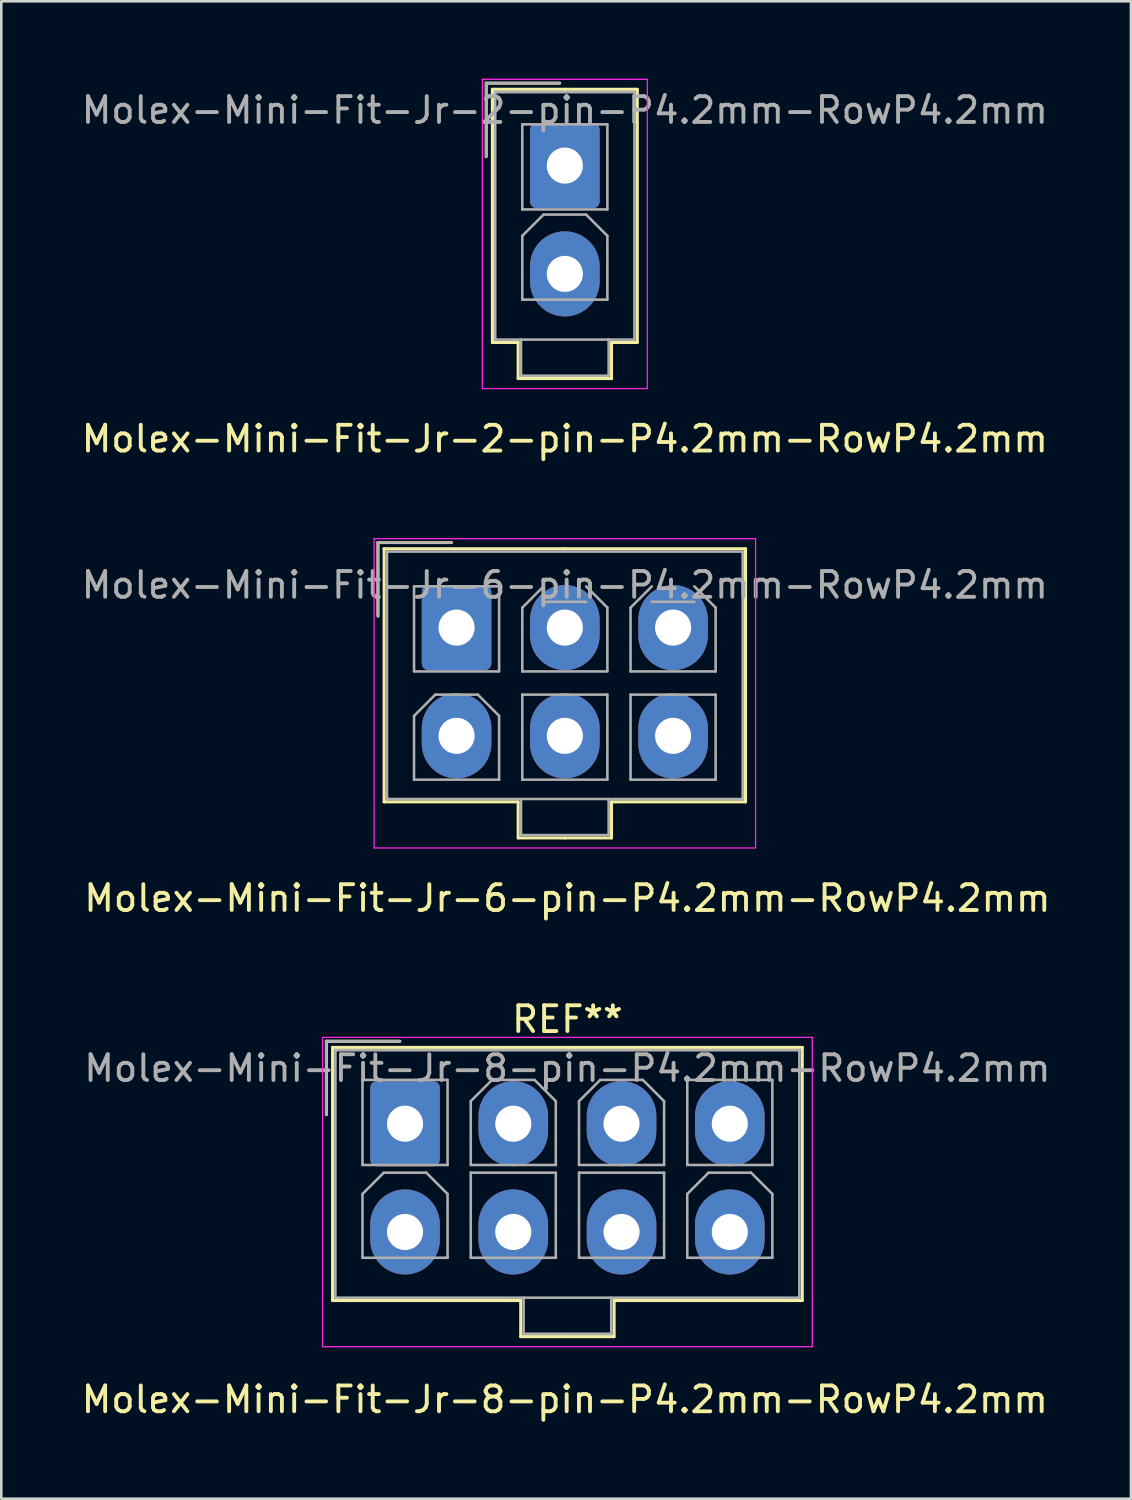
<source format=kicad_pcb>
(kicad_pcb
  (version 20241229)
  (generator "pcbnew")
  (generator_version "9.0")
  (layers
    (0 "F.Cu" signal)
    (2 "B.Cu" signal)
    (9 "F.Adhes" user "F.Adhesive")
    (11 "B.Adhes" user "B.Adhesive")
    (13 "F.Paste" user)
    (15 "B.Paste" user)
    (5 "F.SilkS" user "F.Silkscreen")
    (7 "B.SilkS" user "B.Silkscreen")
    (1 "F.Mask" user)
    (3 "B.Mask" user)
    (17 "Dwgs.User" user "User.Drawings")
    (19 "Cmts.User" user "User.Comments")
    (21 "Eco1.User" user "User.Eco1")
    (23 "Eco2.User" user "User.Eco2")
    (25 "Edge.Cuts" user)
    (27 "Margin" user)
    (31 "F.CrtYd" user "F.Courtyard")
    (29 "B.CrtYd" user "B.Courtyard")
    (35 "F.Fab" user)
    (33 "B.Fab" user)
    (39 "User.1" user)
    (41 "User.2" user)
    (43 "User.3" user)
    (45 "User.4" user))
  (footprint "Molex-Mini-Fit-Jr-8-pin-P4.2mm-RowP4.2mm"
    (layer "F.Cu")
    (at 18.863 50.745)
    (property "Reference" "Molex-Mini-Fit-Jr-8-pin-P4.2mm-RowP4.2mm" (at 0 0.5 0) (layer "F.SilkS") (effects (font (size 1 1) (thickness 0.15))))
    (attr through_hole)
    (fp_line (start -9.25 -13.4) (end -9.25 -10.55) (stroke (width 0.12) (type solid)) (layer "F.SilkS"))
    (fp_line (start -9.01 -13.16) (end -9.01 -3.34) (stroke (width 0.12) (type solid)) (layer "F.SilkS"))
    (fp_line (start -9.01 -3.34) (end -1.71 -3.34) (stroke (width 0.12) (type solid)) (layer "F.SilkS"))
    (fp_line (start -6.4 -13.4) (end -9.25 -13.4) (stroke (width 0.12) (type solid)) (layer "F.SilkS"))
    (fp_line (start -1.71 -3.34) (end -1.71 -1.94) (stroke (width 0.12) (type solid)) (layer "F.SilkS"))
    (fp_line (start -1.71 -1.94) (end 0.1 -1.94) (stroke (width 0.12) (type solid)) (layer "F.SilkS"))
    (fp_line (start 0.1 -13.16) (end -9.01 -13.16) (stroke (width 0.12) (type solid)) (layer "F.SilkS"))
    (fp_line (start 0.1 -13.16) (end 9.21 -13.16) (stroke (width 0.12) (type solid)) (layer "F.SilkS"))
    (fp_line (start 1.91 -3.34) (end 1.91 -1.94) (stroke (width 0.12) (type solid)) (layer "F.SilkS"))
    (fp_line (start 1.91 -1.94) (end 0.1 -1.94) (stroke (width 0.12) (type solid)) (layer "F.SilkS"))
    (fp_line (start 9.21 -13.16) (end 9.21 -3.34) (stroke (width 0.12) (type solid)) (layer "F.SilkS"))
    (fp_line (start 9.21 -3.34) (end 1.91 -3.34) (stroke (width 0.12) (type solid)) (layer "F.SilkS"))
    (fp_line (start -9.4 -13.55) (end -9.4 -1.55) (stroke (width 0.05) (type solid)) (layer "F.CrtYd"))
    (fp_line (start -9.4 -1.55) (end 9.6 -1.55) (stroke (width 0.05) (type solid)) (layer "F.CrtYd"))
    (fp_line (start 9.6 -13.55) (end -9.4 -13.55) (stroke (width 0.05) (type solid)) (layer "F.CrtYd"))
    (fp_line (start 9.6 -1.55) (end 9.6 -13.55) (stroke (width 0.05) (type solid)) (layer "F.CrtYd"))
    (fp_line (start -9.25 -13.4) (end -9.25 -10.55) (stroke (width 0.1) (type solid)) (layer "F.Fab"))
    (fp_line (start -8.9 -13.05) (end -8.9 -3.45) (stroke (width 0.1) (type solid)) (layer "F.Fab"))
    (fp_line (start -8.9 -3.45) (end 9.1 -3.45) (stroke (width 0.1) (type solid)) (layer "F.Fab"))
    (fp_line (start -7.85 -11.9) (end -7.85 -8.6) (stroke (width 0.1) (type solid)) (layer "F.Fab"))
    (fp_line (start -7.85 -8.6) (end -4.55 -8.6) (stroke (width 0.1) (type solid)) (layer "F.Fab"))
    (fp_line (start -7.85 -7.475) (end -7.025 -8.3) (stroke (width 0.1) (type solid)) (layer "F.Fab"))
    (fp_line (start -7.85 -5) (end -7.85 -7.475) (stroke (width 0.1) (type solid)) (layer "F.Fab"))
    (fp_line (start -7.025 -8.3) (end -5.375 -8.3) (stroke (width 0.1) (type solid)) (layer "F.Fab"))
    (fp_line (start -6.4 -13.4) (end -9.25 -13.4) (stroke (width 0.1) (type solid)) (layer "F.Fab"))
    (fp_line (start -5.375 -8.3) (end -4.55 -7.475) (stroke (width 0.1) (type solid)) (layer "F.Fab"))
    (fp_line (start -4.55 -11.9) (end -7.85 -11.9) (stroke (width 0.1) (type solid)) (layer "F.Fab"))
    (fp_line (start -4.55 -8.6) (end -4.55 -11.9) (stroke (width 0.1) (type solid)) (layer "F.Fab"))
    (fp_line (start -4.55 -7.475) (end -4.55 -5) (stroke (width 0.1) (type solid)) (layer "F.Fab"))
    (fp_line (start -4.55 -5) (end -7.85 -5) (stroke (width 0.1) (type solid)) (layer "F.Fab"))
    (fp_line (start -3.65 -11.075) (end -2.825 -11.9) (stroke (width 0.1) (type solid)) (layer "F.Fab"))
    (fp_line (start -3.65 -8.6) (end -3.65 -11.075) (stroke (width 0.1) (type solid)) (layer "F.Fab"))
    (fp_line (start -3.65 -8.3) (end -3.65 -5) (stroke (width 0.1) (type solid)) (layer "F.Fab"))
    (fp_line (start -3.65 -5) (end -0.35 -5) (stroke (width 0.1) (type solid)) (layer "F.Fab"))
    (fp_line (start -2.825 -11.9) (end -1.175 -11.9) (stroke (width 0.1) (type solid)) (layer "F.Fab"))
    (fp_line (start -1.6 -3.45) (end -1.6 -2.05) (stroke (width 0.1) (type solid)) (layer "F.Fab"))
    (fp_line (start -1.6 -2.05) (end 1.8 -2.05) (stroke (width 0.1) (type solid)) (layer "F.Fab"))
    (fp_line (start -1.175 -11.9) (end -0.35 -11.075) (stroke (width 0.1) (type solid)) (layer "F.Fab"))
    (fp_line (start -0.35 -11.075) (end -0.35 -8.6) (stroke (width 0.1) (type solid)) (layer "F.Fab"))
    (fp_line (start -0.35 -8.6) (end -3.65 -8.6) (stroke (width 0.1) (type solid)) (layer "F.Fab"))
    (fp_line (start -0.35 -8.3) (end -3.65 -8.3) (stroke (width 0.1) (type solid)) (layer "F.Fab"))
    (fp_line (start -0.35 -5) (end -0.35 -8.3) (stroke (width 0.1) (type solid)) (layer "F.Fab"))
    (fp_line (start 0.55 -11.075) (end 1.375 -11.9) (stroke (width 0.1) (type solid)) (layer "F.Fab"))
    (fp_line (start 0.55 -8.6) (end 0.55 -11.075) (stroke (width 0.1) (type solid)) (layer "F.Fab"))
    (fp_line (start 0.55 -8.3) (end 0.55 -5) (stroke (width 0.1) (type solid)) (layer "F.Fab"))
    (fp_line (start 0.55 -5) (end 3.85 -5) (stroke (width 0.1) (type solid)) (layer "F.Fab"))
    (fp_line (start 1.375 -11.9) (end 3.025 -11.9) (stroke (width 0.1) (type solid)) (layer "F.Fab"))
    (fp_line (start 1.8 -2.05) (end 1.8 -3.45) (stroke (width 0.1) (type solid)) (layer "F.Fab"))
    (fp_line (start 3.025 -11.9) (end 3.85 -11.075) (stroke (width 0.1) (type solid)) (layer "F.Fab"))
    (fp_line (start 3.85 -11.075) (end 3.85 -8.6) (stroke (width 0.1) (type solid)) (layer "F.Fab"))
    (fp_line (start 3.85 -8.6) (end 0.55 -8.6) (stroke (width 0.1) (type solid)) (layer "F.Fab"))
    (fp_line (start 3.85 -8.3) (end 0.55 -8.3) (stroke (width 0.1) (type solid)) (layer "F.Fab"))
    (fp_line (start 3.85 -5) (end 3.85 -8.3) (stroke (width 0.1) (type solid)) (layer "F.Fab"))
    (fp_line (start 4.75 -11.9) (end 4.75 -8.6) (stroke (width 0.1) (type solid)) (layer "F.Fab"))
    (fp_line (start 4.75 -8.6) (end 8.05 -8.6) (stroke (width 0.1) (type solid)) (layer "F.Fab"))
    (fp_line (start 4.75 -7.475) (end 5.575 -8.3) (stroke (width 0.1) (type solid)) (layer "F.Fab"))
    (fp_line (start 4.75 -5) (end 4.75 -7.475) (stroke (width 0.1) (type solid)) (layer "F.Fab"))
    (fp_line (start 5.575 -8.3) (end 7.225 -8.3) (stroke (width 0.1) (type solid)) (layer "F.Fab"))
    (fp_line (start 7.225 -8.3) (end 8.05 -7.475) (stroke (width 0.1) (type solid)) (layer "F.Fab"))
    (fp_line (start 8.05 -11.9) (end 4.75 -11.9) (stroke (width 0.1) (type solid)) (layer "F.Fab"))
    (fp_line (start 8.05 -8.6) (end 8.05 -11.9) (stroke (width 0.1) (type solid)) (layer "F.Fab"))
    (fp_line (start 8.05 -7.475) (end 8.05 -5) (stroke (width 0.1) (type solid)) (layer "F.Fab"))
    (fp_line (start 8.05 -5) (end 4.75 -5) (stroke (width 0.1) (type solid)) (layer "F.Fab"))
    (fp_line (start 9.1 -13.05) (end -8.9 -13.05) (stroke (width 0.1) (type solid)) (layer "F.Fab"))
    (fp_line (start 9.1 -3.45) (end 9.1 -13.05) (stroke (width 0.1) (type solid)) (layer "F.Fab"))
    (fp_text user "REF**" (at 0.1 -14.25 0) (layer "F.SilkS") (effects (font (size 1 1) (thickness 0.15))))
    (fp_text user "${REFERENCE}" (at 0.1 -12.35 0) (layer "F.Fab") (effects (font (size 1 1) (thickness 0.15))))
    (pad "1" thru_hole roundrect (at -6.2 -10.2) (size 2.7 3.3) (drill 1.4) (layers "*.Cu" "*.Mask") (roundrect_rratio 0.093))
    (pad "2" thru_hole oval (at -2 -10.2) (size 2.7 3.3) (drill 1.4) (layers "*.Cu" "*.Mask"))
    (pad "3" thru_hole oval (at 2.2 -10.2) (size 2.7 3.3) (drill 1.4) (layers "*.Cu" "*.Mask"))
    (pad "4" thru_hole oval (at 6.4 -10.2) (size 2.7 3.3) (drill 1.4) (layers "*.Cu" "*.Mask"))
    (pad "5" thru_hole oval (at -6.2 -6) (size 2.7 3.3) (drill 1.4) (layers "*.Cu" "*.Mask"))
    (pad "6" thru_hole oval (at -2 -6) (size 2.7 3.3) (drill 1.4) (layers "*.Cu" "*.Mask"))
    (pad "7" thru_hole oval (at 2.2 -6) (size 2.7 3.3) (drill 1.4) (layers "*.Cu" "*.Mask"))
    (pad "8" thru_hole oval (at 6.4 -6) (size 2.7 3.3) (drill 1.4) (layers "*.Cu" "*.Mask")))
  (footprint "Molex-Mini-Fit-Jr-2-pin-P4.2mm-RowP4.2mm"
    (layer "F.Cu")
    (at 18.863 13.475)
    (property "Reference" "Molex-Mini-Fit-Jr-2-pin-P4.2mm-RowP4.2mm" (at 0 0.5 0) (layer "F.SilkS") (effects (font (size 1 1) (thickness 0.15))))
    (attr through_hole)
    (fp_line (start -3.05 -13.3) (end -3.05 -10.45) (stroke (width 0.12) (type solid)) (layer "F.SilkS"))
    (fp_line (start -2.81 -13.06) (end -2.81 -3.24) (stroke (width 0.12) (type solid)) (layer "F.SilkS"))
    (fp_line (start -2.81 -3.24) (end -1.81 -3.24) (stroke (width 0.12) (type solid)) (layer "F.SilkS"))
    (fp_line (start -1.81 -3.24) (end -1.81 -1.84) (stroke (width 0.12) (type solid)) (layer "F.SilkS"))
    (fp_line (start -1.81 -1.84) (end 0 -1.84) (stroke (width 0.12) (type solid)) (layer "F.SilkS"))
    (fp_line (start -0.2 -13.3) (end -3.05 -13.3) (stroke (width 0.12) (type solid)) (layer "F.SilkS"))
    (fp_line (start 0 -13.06) (end -2.81 -13.06) (stroke (width 0.12) (type solid)) (layer "F.SilkS"))
    (fp_line (start 0 -13.06) (end 2.81 -13.06) (stroke (width 0.12) (type solid)) (layer "F.SilkS"))
    (fp_line (start 1.81 -3.24) (end 1.81 -1.84) (stroke (width 0.12) (type solid)) (layer "F.SilkS"))
    (fp_line (start 1.81 -1.84) (end 0 -1.84) (stroke (width 0.12) (type solid)) (layer "F.SilkS"))
    (fp_line (start 2.81 -13.06) (end 2.81 -3.24) (stroke (width 0.12) (type solid)) (layer "F.SilkS"))
    (fp_line (start 2.81 -3.24) (end 1.81 -3.24) (stroke (width 0.12) (type solid)) (layer "F.SilkS"))
    (fp_line (start -3.2 -13.45) (end -3.2 -1.45) (stroke (width 0.05) (type solid)) (layer "F.CrtYd"))
    (fp_line (start -3.2 -1.45) (end 3.2 -1.45) (stroke (width 0.05) (type solid)) (layer "F.CrtYd"))
    (fp_line (start 3.2 -13.45) (end -3.2 -13.45) (stroke (width 0.05) (type solid)) (layer "F.CrtYd"))
    (fp_line (start 3.2 -1.45) (end 3.2 -13.45) (stroke (width 0.05) (type solid)) (layer "F.CrtYd"))
    (fp_line (start -3.05 -13.3) (end -3.05 -10.45) (stroke (width 0.1) (type solid)) (layer "F.Fab"))
    (fp_line (start -2.7 -12.95) (end -2.7 -3.35) (stroke (width 0.1) (type solid)) (layer "F.Fab"))
    (fp_line (start -2.7 -3.35) (end 2.7 -3.35) (stroke (width 0.1) (type solid)) (layer "F.Fab"))
    (fp_line (start -1.7 -3.35) (end -1.7 -1.95) (stroke (width 0.1) (type solid)) (layer "F.Fab"))
    (fp_line (start -1.7 -1.95) (end 1.7 -1.95) (stroke (width 0.1) (type solid)) (layer "F.Fab"))
    (fp_line (start -1.65 -11.7) (end -1.65 -8.4) (stroke (width 0.1) (type solid)) (layer "F.Fab"))
    (fp_line (start -1.65 -8.4) (end 1.65 -8.4) (stroke (width 0.1) (type solid)) (layer "F.Fab"))
    (fp_line (start -1.65 -7.375) (end -0.825 -8.2) (stroke (width 0.1) (type solid)) (layer "F.Fab"))
    (fp_line (start -1.65 -4.9) (end -1.65 -7.375) (stroke (width 0.1) (type solid)) (layer "F.Fab"))
    (fp_line (start -0.825 -8.2) (end 0.825 -8.2) (stroke (width 0.1) (type solid)) (layer "F.Fab"))
    (fp_line (start -0.2 -13.3) (end -3.05 -13.3) (stroke (width 0.1) (type solid)) (layer "F.Fab"))
    (fp_line (start 0.825 -8.2) (end 1.65 -7.375) (stroke (width 0.1) (type solid)) (layer "F.Fab"))
    (fp_line (start 1.65 -11.7) (end -1.65 -11.7) (stroke (width 0.1) (type solid)) (layer "F.Fab"))
    (fp_line (start 1.65 -8.4) (end 1.65 -11.7) (stroke (width 0.1) (type solid)) (layer "F.Fab"))
    (fp_line (start 1.65 -7.375) (end 1.65 -4.9) (stroke (width 0.1) (type solid)) (layer "F.Fab"))
    (fp_line (start 1.65 -4.9) (end -1.65 -4.9) (stroke (width 0.1) (type solid)) (layer "F.Fab"))
    (fp_line (start 1.7 -1.95) (end 1.7 -3.35) (stroke (width 0.1) (type solid)) (layer "F.Fab"))
    (fp_line (start 2.7 -12.95) (end -2.7 -12.95) (stroke (width 0.1) (type solid)) (layer "F.Fab"))
    (fp_line (start 2.7 -3.35) (end 2.7 -12.95) (stroke (width 0.1) (type solid)) (layer "F.Fab"))
    (fp_text user "${REFERENCE}" (at 0 -12.25 0) (layer "F.Fab") (effects (font (size 1 1) (thickness 0.15))))
    (pad "1" thru_hole roundrect (at 0 -10.1) (size 2.7 3.3) (drill 1.4) (layers "*.Cu" "*.Mask") (roundrect_rratio 0.093))
    (pad "2" thru_hole oval (at 0 -5.9) (size 2.7 3.3) (drill 1.4) (layers "*.Cu" "*.Mask")))
  (footprint "Molex-Mini-Fit-Jr-6-pin-P4.2mm-RowP4.2mm"
    (layer "F.Cu")
    (at 18.963 31.298)
    (property "Reference" "Molex-Mini-Fit-Jr-6-pin-P4.2mm-RowP4.2mm" (at 0 0.5 0) (layer "F.SilkS") (effects (font (size 1 1) (thickness 0.15))))
    (attr through_hole)
    (fp_line (start -7.35 -13.3) (end -7.35 -10.45) (stroke (width 0.12) (type solid)) (layer "F.SilkS"))
    (fp_line (start -7.11 -13.06) (end -7.11 -3.24) (stroke (width 0.12) (type solid)) (layer "F.SilkS"))
    (fp_line (start -7.11 -3.24) (end -1.91 -3.24) (stroke (width 0.12) (type solid)) (layer "F.SilkS"))
    (fp_line (start -4.5 -13.3) (end -7.35 -13.3) (stroke (width 0.12) (type solid)) (layer "F.SilkS"))
    (fp_line (start -1.91 -3.24) (end -1.91 -1.84) (stroke (width 0.12) (type solid)) (layer "F.SilkS"))
    (fp_line (start -1.91 -1.84) (end -0.1 -1.84) (stroke (width 0.12) (type solid)) (layer "F.SilkS"))
    (fp_line (start -0.1 -13.06) (end -7.11 -13.06) (stroke (width 0.12) (type solid)) (layer "F.SilkS"))
    (fp_line (start -0.1 -13.06) (end 6.91 -13.06) (stroke (width 0.12) (type solid)) (layer "F.SilkS"))
    (fp_line (start 1.71 -3.24) (end 1.71 -1.84) (stroke (width 0.12) (type solid)) (layer "F.SilkS"))
    (fp_line (start 1.71 -1.84) (end -0.1 -1.84) (stroke (width 0.12) (type solid)) (layer "F.SilkS"))
    (fp_line (start 6.91 -13.06) (end 6.91 -3.24) (stroke (width 0.12) (type solid)) (layer "F.SilkS"))
    (fp_line (start 6.91 -3.24) (end 1.71 -3.24) (stroke (width 0.12) (type solid)) (layer "F.SilkS"))
    (fp_line (start -7.5 -13.45) (end -7.5 -1.45) (stroke (width 0.05) (type solid)) (layer "F.CrtYd"))
    (fp_line (start -7.5 -1.45) (end 7.3 -1.45) (stroke (width 0.05) (type solid)) (layer "F.CrtYd"))
    (fp_line (start 7.3 -13.45) (end -7.5 -13.45) (stroke (width 0.05) (type solid)) (layer "F.CrtYd"))
    (fp_line (start 7.3 -1.45) (end 7.3 -13.45) (stroke (width 0.05) (type solid)) (layer "F.CrtYd"))
    (fp_line (start -7.35 -13.3) (end -7.35 -10.45) (stroke (width 0.1) (type solid)) (layer "F.Fab"))
    (fp_line (start -7 -12.95) (end -7 -3.35) (stroke (width 0.1) (type solid)) (layer "F.Fab"))
    (fp_line (start -7 -3.35) (end 6.8 -3.35) (stroke (width 0.1) (type solid)) (layer "F.Fab"))
    (fp_line (start -5.95 -11.6) (end -5.95 -8.3) (stroke (width 0.1) (type solid)) (layer "F.Fab"))
    (fp_line (start -5.95 -8.3) (end -2.65 -8.3) (stroke (width 0.1) (type solid)) (layer "F.Fab"))
    (fp_line (start -5.95 -6.575) (end -5.125 -7.4) (stroke (width 0.1) (type solid)) (layer "F.Fab"))
    (fp_line (start -5.95 -4.1) (end -5.95 -6.575) (stroke (width 0.1) (type solid)) (layer "F.Fab"))
    (fp_line (start -5.125 -7.4) (end -3.475 -7.4) (stroke (width 0.1) (type solid)) (layer "F.Fab"))
    (fp_line (start -4.5 -13.3) (end -7.35 -13.3) (stroke (width 0.1) (type solid)) (layer "F.Fab"))
    (fp_line (start -3.475 -7.4) (end -2.65 -6.575) (stroke (width 0.1) (type solid)) (layer "F.Fab"))
    (fp_line (start -2.65 -11.6) (end -5.95 -11.6) (stroke (width 0.1) (type solid)) (layer "F.Fab"))
    (fp_line (start -2.65 -8.3) (end -2.65 -11.6) (stroke (width 0.1) (type solid)) (layer "F.Fab"))
    (fp_line (start -2.65 -6.575) (end -2.65 -4.1) (stroke (width 0.1) (type solid)) (layer "F.Fab"))
    (fp_line (start -2.65 -4.1) (end -5.95 -4.1) (stroke (width 0.1) (type solid)) (layer "F.Fab"))
    (fp_line (start -1.8 -3.35) (end -1.8 -1.95) (stroke (width 0.1) (type solid)) (layer "F.Fab"))
    (fp_line (start -1.8 -1.95) (end 1.6 -1.95) (stroke (width 0.1) (type solid)) (layer "F.Fab"))
    (fp_line (start -1.75 -10.775) (end -0.925 -11.6) (stroke (width 0.1) (type solid)) (layer "F.Fab"))
    (fp_line (start -1.75 -8.3) (end -1.75 -10.775) (stroke (width 0.1) (type solid)) (layer "F.Fab"))
    (fp_line (start -1.75 -7.4) (end -1.75 -4.1) (stroke (width 0.1) (type solid)) (layer "F.Fab"))
    (fp_line (start -1.75 -4.1) (end 1.55 -4.1) (stroke (width 0.1) (type solid)) (layer "F.Fab"))
    (fp_line (start -0.925 -11) (end 0.725 -11) (stroke (width 0.1) (type solid)) (layer "F.Fab"))
    (fp_line (start 0.725 -11.6) (end 1.55 -10.775) (stroke (width 0.1) (type solid)) (layer "F.Fab"))
    (fp_line (start 1.55 -10.775) (end 1.55 -8.3) (stroke (width 0.1) (type solid)) (layer "F.Fab"))
    (fp_line (start 1.55 -8.3) (end -1.75 -8.3) (stroke (width 0.1) (type solid)) (layer "F.Fab"))
    (fp_line (start 1.55 -7.4) (end -1.75 -7.4) (stroke (width 0.1) (type solid)) (layer "F.Fab"))
    (fp_line (start 1.55 -4.1) (end 1.55 -7.4) (stroke (width 0.1) (type solid)) (layer "F.Fab"))
    (fp_line (start 1.6 -1.95) (end 1.6 -3.35) (stroke (width 0.1) (type solid)) (layer "F.Fab"))
    (fp_line (start 2.45 -10.775) (end 3.275 -11.6) (stroke (width 0.1) (type solid)) (layer "F.Fab"))
    (fp_line (start 2.45 -8.3) (end 2.45 -10.775) (stroke (width 0.1) (type solid)) (layer "F.Fab"))
    (fp_line (start 2.45 -7.4) (end 2.45 -4.1) (stroke (width 0.1) (type solid)) (layer "F.Fab"))
    (fp_line (start 2.45 -4.1) (end 5.75 -4.1) (stroke (width 0.1) (type solid)) (layer "F.Fab"))
    (fp_line (start 3.275 -11) (end 4.925 -11) (stroke (width 0.1) (type solid)) (layer "F.Fab"))
    (fp_line (start 4.925 -11.6) (end 5.75 -10.775) (stroke (width 0.1) (type solid)) (layer "F.Fab"))
    (fp_line (start 5.75 -10.775) (end 5.75 -8.3) (stroke (width 0.1) (type solid)) (layer "F.Fab"))
    (fp_line (start 5.75 -8.3) (end 2.45 -8.3) (stroke (width 0.1) (type solid)) (layer "F.Fab"))
    (fp_line (start 5.75 -7.4) (end 2.45 -7.4) (stroke (width 0.1) (type solid)) (layer "F.Fab"))
    (fp_line (start 5.75 -4.1) (end 5.75 -7.4) (stroke (width 0.1) (type solid)) (layer "F.Fab"))
    (fp_line (start 6.8 -12.95) (end -7 -12.95) (stroke (width 0.1) (type solid)) (layer "F.Fab"))
    (fp_line (start 6.8 -3.35) (end 6.8 -12.95) (stroke (width 0.1) (type solid)) (layer "F.Fab"))
    (fp_text user "${REFERENCE}" (at -0.1 -11.65 0) (layer "F.Fab") (effects (font (size 1 1) (thickness 0.15))))
    (pad "1" thru_hole roundrect (at -4.3 -10) (size 2.7 3.3) (drill 1.4) (layers "*.Cu" "*.Mask") (roundrect_rratio 0.093))
    (pad "2" thru_hole oval (at -0.1 -10) (size 2.7 3.3) (drill 1.4) (layers "*.Cu" "*.Mask"))
    (pad "3" thru_hole oval (at 4.1 -10) (size 2.7 3.3) (drill 1.4) (layers "*.Cu" "*.Mask"))
    (pad "4" thru_hole oval (at -4.3 -5.8) (size 2.7 3.3) (drill 1.4) (layers "*.Cu" "*.Mask"))
    (pad "5" thru_hole oval (at -0.1 -5.8) (size 2.7 3.3) (drill 1.4) (layers "*.Cu" "*.Mask"))
    (pad "6" thru_hole oval (at 4.1 -5.8) (size 2.7 3.3) (drill 1.4) (layers "*.Cu" "*.Mask")))
  (gr_rect
    (start -3 -3)
    (end 40.826 55.093)
    (stroke (width 0.1) (type default))
    (fill no)
    (layer "Edge.Cuts")))
</source>
